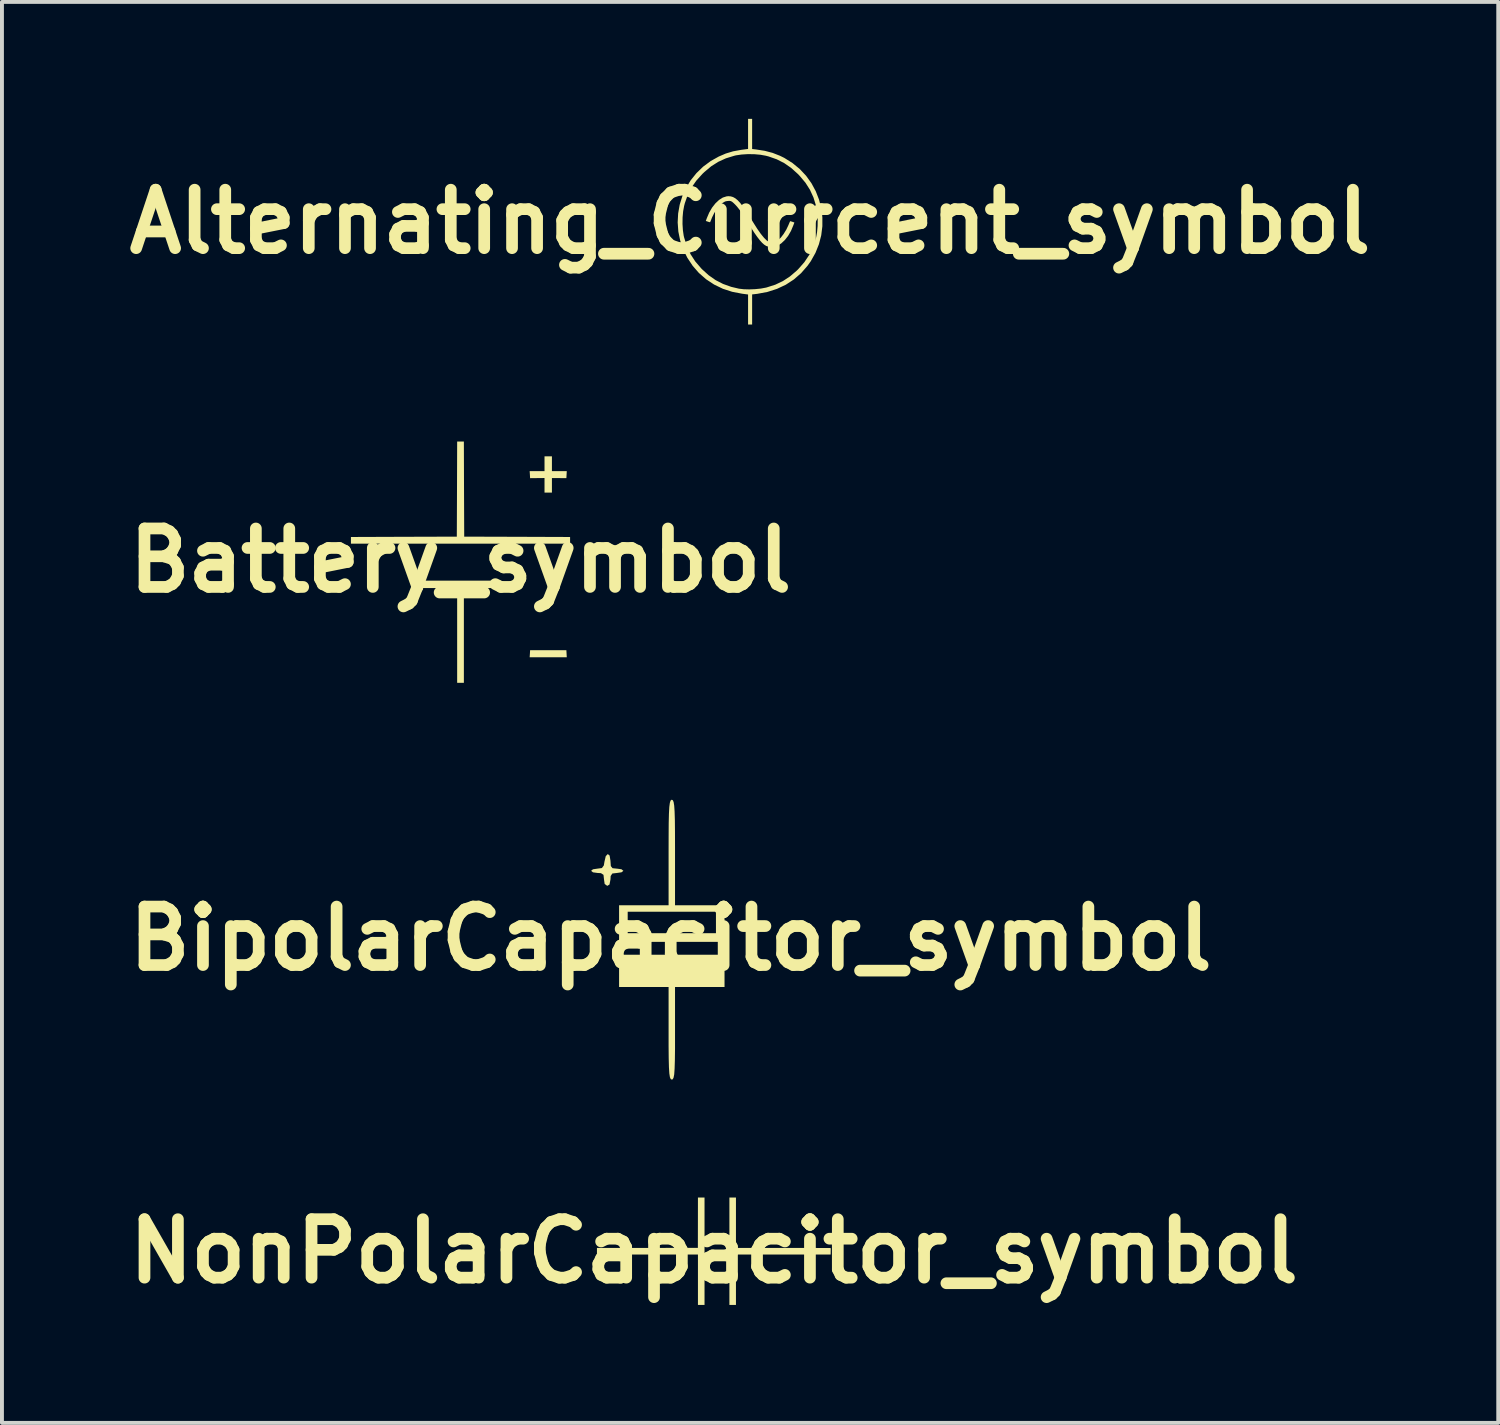
<source format=kicad_pcb>
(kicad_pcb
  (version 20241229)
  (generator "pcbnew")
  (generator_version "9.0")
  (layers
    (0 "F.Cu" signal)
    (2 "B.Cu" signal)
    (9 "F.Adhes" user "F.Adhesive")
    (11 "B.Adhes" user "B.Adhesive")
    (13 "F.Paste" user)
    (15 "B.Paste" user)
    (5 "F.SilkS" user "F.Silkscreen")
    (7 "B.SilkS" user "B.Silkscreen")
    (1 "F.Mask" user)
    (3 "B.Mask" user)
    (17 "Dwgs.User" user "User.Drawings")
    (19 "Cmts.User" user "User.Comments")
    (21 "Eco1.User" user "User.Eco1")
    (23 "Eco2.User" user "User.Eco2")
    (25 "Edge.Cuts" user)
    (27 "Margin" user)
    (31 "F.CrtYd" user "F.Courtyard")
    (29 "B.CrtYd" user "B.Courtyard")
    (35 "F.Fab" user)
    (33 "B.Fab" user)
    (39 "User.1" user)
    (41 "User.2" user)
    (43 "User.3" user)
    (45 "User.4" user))
  (footprint "Alternating_Currcent_symbol"
    (layer "F.Cu")
    (at 16.193 2.638)
    (property "Reference" "Alternating_Currcent_symbol" (at 0 0 0) (layer "F.SilkS") (effects (font (size 1.5 1.5) (thickness 0.3))))
    (attr board_only exclude_from_pos_files exclude_from_bom)
    (fp_poly (pts (xy -0.496 -0.65) (xy -0.438 -0.633) (xy -0.38 -0.601) (xy -0.32 -0.552) (xy -0.256 -0.484) (xy -0.186 -0.394) (xy -0.107 -0.281) (xy -0.017 -0.141) (xy 0.079 0.016) (xy 0.183 0.181) (xy 0.277 0.315) (xy 0.36 0.416) (xy 0.432 0.486) (xy 0.495 0.525) (xy 0.538 0.535) (xy 0.594 0.53) (xy 0.643 0.519) (xy 0.645 0.518) (xy 0.715 0.476) (xy 0.789 0.407) (xy 0.861 0.313) (xy 0.929 0.202) (xy 0.984 0.086) (xy 1.005 0.035) (xy 1.021 -0.001) (xy 1.026 -0.013) (xy 1.042 -0.011) (xy 1.078 -0.000217) (xy 1.082 0.001) (xy 1.136 0.02) (xy 1.111 0.088) (xy 1.049 0.236) (xy 0.974 0.365) (xy 0.889 0.472) (xy 0.798 0.557) (xy 0.702 0.617) (xy 0.604 0.649) (xy 0.508 0.652) (xy 0.416 0.623) (xy 0.412 0.621) (xy 0.361 0.588) (xy 0.307 0.54) (xy 0.248 0.474) (xy 0.182 0.388) (xy 0.106 0.28) (xy 0.02 0.146) (xy -0.08 -0.015) (xy -0.122 -0.085) (xy -0.192 -0.196) (xy -0.265 -0.299) (xy -0.334 -0.386) (xy -0.362 -0.417) (xy -0.417 -0.473) (xy -0.457 -0.508) (xy -0.489 -0.527) (xy -0.519 -0.534) (xy -0.538 -0.535) (xy -0.594 -0.53) (xy -0.642 -0.519) (xy -0.644 -0.518) (xy -0.712 -0.478) (xy -0.785 -0.411) (xy -0.857 -0.322) (xy -0.922 -0.219) (xy -0.977 -0.108) (xy -0.983 -0.092) (xy -1.004 -0.039) (xy -1.02 -0.001) (xy -1.026 0.013) (xy -1.042 0.011) (xy -1.078 0.00021) (xy -1.082 -0.001) (xy -1.136 -0.02) (xy -1.111 -0.088) (xy -1.05 -0.233) (xy -0.975 -0.362) (xy -0.889 -0.472) (xy -0.796 -0.559) (xy -0.7 -0.62) (xy -0.602 -0.651) (xy -0.556 -0.655)) (stroke (width 0) (type solid)) (fill yes) (layer "F.SilkS"))
    (fp_poly (pts (xy 0.052 -2.252) (xy 0.052 -1.865) (xy 0.151 -1.854) (xy 0.375 -1.819) (xy 0.577 -1.766) (xy 0.766 -1.692) (xy 0.876 -1.638) (xy 1.087 -1.506) (xy 1.274 -1.352) (xy 1.437 -1.178) (xy 1.574 -0.987) (xy 1.684 -0.783) (xy 1.768 -0.568) (xy 1.825 -0.344) (xy 1.854 -0.115) (xy 1.854 0.116) (xy 1.825 0.348) (xy 1.766 0.576) (xy 1.677 0.799) (xy 1.557 1.013) (xy 1.473 1.131) (xy 1.308 1.32) (xy 1.122 1.482) (xy 0.915 1.617) (xy 0.689 1.723) (xy 0.446 1.801) (xy 0.185 1.85) (xy 0.151 1.854) (xy 0.052 1.865) (xy 0.052 2.252) (xy 0.052 2.638) (xy 0 2.638) (xy -0.052 2.638) (xy -0.052 2.253) (xy -0.052 1.867) (xy -0.204 1.847) (xy -0.459 1.798) (xy -0.699 1.72) (xy -0.923 1.612) (xy -1.129 1.476) (xy -1.314 1.314) (xy -1.471 1.134) (xy -1.61 0.925) (xy -1.718 0.707) (xy -1.794 0.481) (xy -1.841 0.251) (xy -1.855 0.057) (xy -1.734 0.057) (xy -1.724 0.218) (xy -1.703 0.362) (xy -1.693 0.403) (xy -1.623 0.627) (xy -1.529 0.831) (xy -1.407 1.019) (xy -1.254 1.197) (xy -1.234 1.218) (xy -1.063 1.373) (xy -0.885 1.498) (xy -0.694 1.596) (xy -0.484 1.671) (xy -0.285 1.718) (xy -0.164 1.732) (xy -0.023 1.736) (xy 0.128 1.73) (xy 0.276 1.715) (xy 0.41 1.69) (xy 0.431 1.684) (xy 0.647 1.615) (xy 0.841 1.523) (xy 1.021 1.405) (xy 1.193 1.258) (xy 1.234 1.218) (xy 1.392 1.038) (xy 1.519 0.848) (xy 1.617 0.642) (xy 1.69 0.415) (xy 1.694 0.401) (xy 1.718 0.266) (xy 1.732 0.11) (xy 1.734 -0.054) (xy 1.724 -0.214) (xy 1.703 -0.358) (xy 1.693 -0.403) (xy 1.626 -0.621) (xy 1.536 -0.818) (xy 1.421 -0.999) (xy 1.276 -1.172) (xy 1.225 -1.225) (xy 1.053 -1.38) (xy 0.875 -1.504) (xy 0.684 -1.601) (xy 0.473 -1.675) (xy 0.403 -1.693) (xy 0.266 -1.718) (xy 0.109 -1.732) (xy -0.057 -1.734) (xy -0.218 -1.724) (xy -0.362 -1.703) (xy -0.403 -1.693) (xy -0.621 -1.626) (xy -0.818 -1.536) (xy -0.999 -1.421) (xy -1.172 -1.276) (xy -1.225 -1.225) (xy -1.38 -1.053) (xy -1.504 -0.875) (xy -1.601 -0.684) (xy -1.675 -0.473) (xy -1.693 -0.403) (xy -1.718 -0.266) (xy -1.732 -0.109) (xy -1.734 0.057) (xy -1.855 0.057) (xy -1.858 0.02) (xy -1.846 -0.211) (xy -1.806 -0.437) (xy -1.738 -0.656) (xy -1.644 -0.866) (xy -1.523 -1.064) (xy -1.376 -1.247) (xy -1.204 -1.413) (xy -1.008 -1.558) (xy -0.804 -1.672) (xy -0.622 -1.75) (xy -0.436 -1.806) (xy -0.233 -1.843) (xy -0.204 -1.847) (xy -0.052 -1.867) (xy -0.052 -2.253) (xy -0.052 -2.638) (xy 0 -2.638) (xy 0.052 -2.638)) (stroke (width 0) (type solid)) (fill yes) (layer "F.SilkS")))
  (footprint "NonPolarCapacitor_symbol"
    (layer "F.Cu")
    (at 15.264 29.049)
    (property "Reference" "NonPolarCapacitor_symbol" (at 0 0 0) (layer "F.SilkS") (effects (font (size 1.5 1.5) (thickness 0.3))))
    (attr board_only exclude_from_pos_files exclude_from_bom)
    (fp_poly (pts (xy -0.24 -0.000001) (xy -0.24 1.378) (xy -0.324 1.378) (xy -0.409 1.378) (xy -0.409 0.731) (xy -0.409 0.084) (xy -1.704 0.084) (xy -3 0.084) (xy -3 0.000005) (xy -3 -0.084) (xy -1.705 -0.085) (xy -0.411 -0.086) (xy -0.41 -0.732) (xy -0.409 -1.378) (xy -0.324 -1.378) (xy -0.24 -1.378)) (stroke (width 0) (type solid)) (fill yes) (layer "F.SilkS"))
    (fp_poly (pts (xy 0.566 -0.731) (xy 0.566 -0.084) (xy 1.781 -0.084) (xy 1.909 -0.084) (xy 2.03 -0.084) (xy 2.144 -0.084) (xy 2.251 -0.084) (xy 2.351 -0.084) (xy 2.444 -0.084) (xy 2.53 -0.084) (xy 2.609 -0.084) (xy 2.68 -0.083) (xy 2.745 -0.083) (xy 2.802 -0.083) (xy 2.852 -0.083) (xy 2.894 -0.082) (xy 2.93 -0.082) (xy 2.958 -0.082) (xy 2.978 -0.082) (xy 2.991 -0.081) (xy 2.997 -0.081) (xy 2.997 -0.081) (xy 2.997 -0.076) (xy 2.998 -0.065) (xy 2.998 -0.049) (xy 2.998 -0.028) (xy 2.997 -0.005) (xy 2.997 0.004) (xy 2.996 0.084) (xy 1.781 0.084) (xy 0.566 0.084) (xy 0.566 0.731) (xy 0.566 1.378) (xy 0.482 1.378) (xy 0.398 1.378) (xy 0.398 -0.000001) (xy 0.398 -1.378) (xy 0.482 -1.378) (xy 0.566 -1.378)) (stroke (width 0) (type solid)) (fill yes) (layer "F.SilkS")))
  (footprint "BipolarCapacitor_symbol"
    (layer "F.Cu")
    (at 14.157 21.029)
    (property "Reference" "BipolarCapacitor_symbol" (at 0 0 0) (layer "F.SilkS") (effects (font (size 1.5 1.5) (thickness 0.3))))
    (attr board_only exclude_from_pos_files exclude_from_bom)
    (fp_poly (pts (xy 1.38 0.828) (xy 1.38 1.242) (xy 0.745 1.242) (xy 0.11 1.242) (xy 0.11 2.43) (xy 0.11 2.826) (xy 0.106 3.125) (xy 0.099 3.34) (xy 0.089 3.484) (xy 0.072 3.569) (xy 0.05 3.609) (xy 0.028 3.617) (xy -0.000063 3.604) (xy -0.021 3.556) (xy -0.036 3.459) (xy -0.046 3.302) (xy -0.052 3.071) (xy -0.055 2.753) (xy -0.055 2.43) (xy -0.055 1.242) (xy -0.69 1.242) (xy -1.325 1.242) (xy -1.325 0.828) (xy -1.325 0.414) (xy 0.028 0.414) (xy 1.38 0.414)) (stroke (width 0) (type solid)) (fill yes) (layer "F.SilkS"))
    (fp_poly (pts (xy -1.568 -2.131) (xy -1.546 -1.997) (xy -1.546 -1.992) (xy -1.537 -1.861) (xy -1.493 -1.806) (xy -1.385 -1.795) (xy -1.38 -1.795) (xy -1.264 -1.779) (xy -1.215 -1.74) (xy -1.215 -1.739) (xy -1.263 -1.701) (xy -1.378 -1.684) (xy -1.38 -1.684) (xy -1.498 -1.67) (xy -1.541 -1.606) (xy -1.546 -1.518) (xy -1.571 -1.387) (xy -1.629 -1.353) (xy -1.695 -1.402) (xy -1.712 -1.518) (xy -1.725 -1.636) (xy -1.79 -1.679) (xy -1.877 -1.684) (xy -1.994 -1.7) (xy -2.043 -1.739) (xy -2.043 -1.739) (xy -1.995 -1.778) (xy -1.881 -1.795) (xy -1.766 -1.81) (xy -1.716 -1.878) (xy -1.701 -1.97) (xy -1.667 -2.115) (xy -1.615 -2.169)) (stroke (width 0) (type solid)) (fill yes) (layer "F.SilkS"))
    (fp_poly (pts (xy 0.054 -3.549) (xy 0.074 -3.503) (xy 0.089 -3.411) (xy 0.099 -3.262) (xy 0.106 -3.042) (xy 0.109 -2.74) (xy 0.11 -2.344) (xy 0.11 -2.209) (xy 0.11 -0.856) (xy 0.745 -0.856) (xy 1.38 -0.856) (xy 1.38 -0.387) (xy 1.38 0.083) (xy 0.028 0.083) (xy -1.325 0.083) (xy -1.325 -0.387) (xy -1.325 -0.414) (xy -1.104 -0.414) (xy -1.104 -0.138) (xy 0.028 -0.138) (xy 1.16 -0.138) (xy 1.16 -0.414) (xy 1.16 -0.69) (xy 0.028 -0.69) (xy -1.104 -0.69) (xy -1.104 -0.414) (xy -1.325 -0.414) (xy -1.325 -0.856) (xy -0.69 -0.856) (xy -0.055 -0.856) (xy -0.055 -2.209) (xy -0.054 -2.635) (xy -0.052 -2.963) (xy -0.046 -3.206) (xy -0.037 -3.374) (xy -0.023 -3.481) (xy -0.005 -3.54) (xy 0.019 -3.561) (xy 0.028 -3.562)) (stroke (width 0) (type solid)) (fill yes) (layer "F.SilkS")))
  (footprint "Battery_symbol"
    (layer "F.Cu")
    (at 8.764 11.329)
    (property "Reference" "Battery_symbol" (at 0 0 0) (layer "F.SilkS") (effects (font (size 1.5 1.5) (thickness 0.3))))
    (attr board_only exclude_from_pos_files exclude_from_bom)
    (fp_poly (pts (xy 2.721 2.393) (xy 2.726 2.483) (xy 2.25 2.483) (xy 1.774 2.483) (xy 1.78 2.393) (xy 1.785 2.302) (xy 2.25 2.302) (xy 2.716 2.302)) (stroke (width 0) (type solid)) (fill yes) (layer "F.SilkS"))
    (fp_poly (pts (xy 0.09 -1.832) (xy 0.095 -0.612) (xy 1.453 -0.608) (xy 2.811 -0.603) (xy 2.811 -0.517) (xy 2.811 -0.431) (xy 0 -0.431) (xy -2.811 -0.431) (xy -2.811 -0.517) (xy -2.811 -0.603) (xy -1.453 -0.608) (xy -0.095 -0.612) (xy -0.09 -1.832) (xy -0.086 -3.052) (xy 0 -3.052) (xy 0.086 -3.052)) (stroke (width 0) (type solid)) (fill yes) (layer "F.SilkS"))
    (fp_poly (pts (xy 1.035 0.612) (xy 1.035 0.707) (xy 0.56 0.707) (xy 0.086 0.707) (xy 0.086 1.923) (xy 0.086 3.138) (xy 0 3.138) (xy -0.086 3.138) (xy -0.086 1.923) (xy -0.086 0.707) (xy -0.56 0.707) (xy -1.035 0.707) (xy -1.035 0.612) (xy -1.035 0.517) (xy 0 0.517) (xy 1.035 0.517)) (stroke (width 0) (type solid)) (fill yes) (layer "F.SilkS"))
    (fp_poly (pts (xy 2.345 -2.483) (xy 2.345 -2.293) (xy 2.536 -2.293) (xy 2.726 -2.293) (xy 2.721 -2.203) (xy 2.716 -2.113) (xy 2.531 -2.114) (xy 2.345 -2.115) (xy 2.345 -1.928) (xy 2.345 -1.742) (xy 2.25 -1.742) (xy 2.155 -1.742) (xy 2.155 -1.929) (xy 2.155 -2.116) (xy 1.97 -2.114) (xy 1.785 -2.112) (xy 1.78 -2.203) (xy 1.774 -2.293) (xy 1.965 -2.293) (xy 2.155 -2.293) (xy 2.155 -2.483) (xy 2.155 -2.673) (xy 2.25 -2.673) (xy 2.345 -2.673)) (stroke (width 0) (type solid)) (fill yes) (layer "F.SilkS")))
  (gr_rect
    (start -3 -3)
    (end 35.386 33.453)
    (stroke (width 0.1) (type default))
    (fill no)
    (layer "Edge.Cuts")))
</source>
